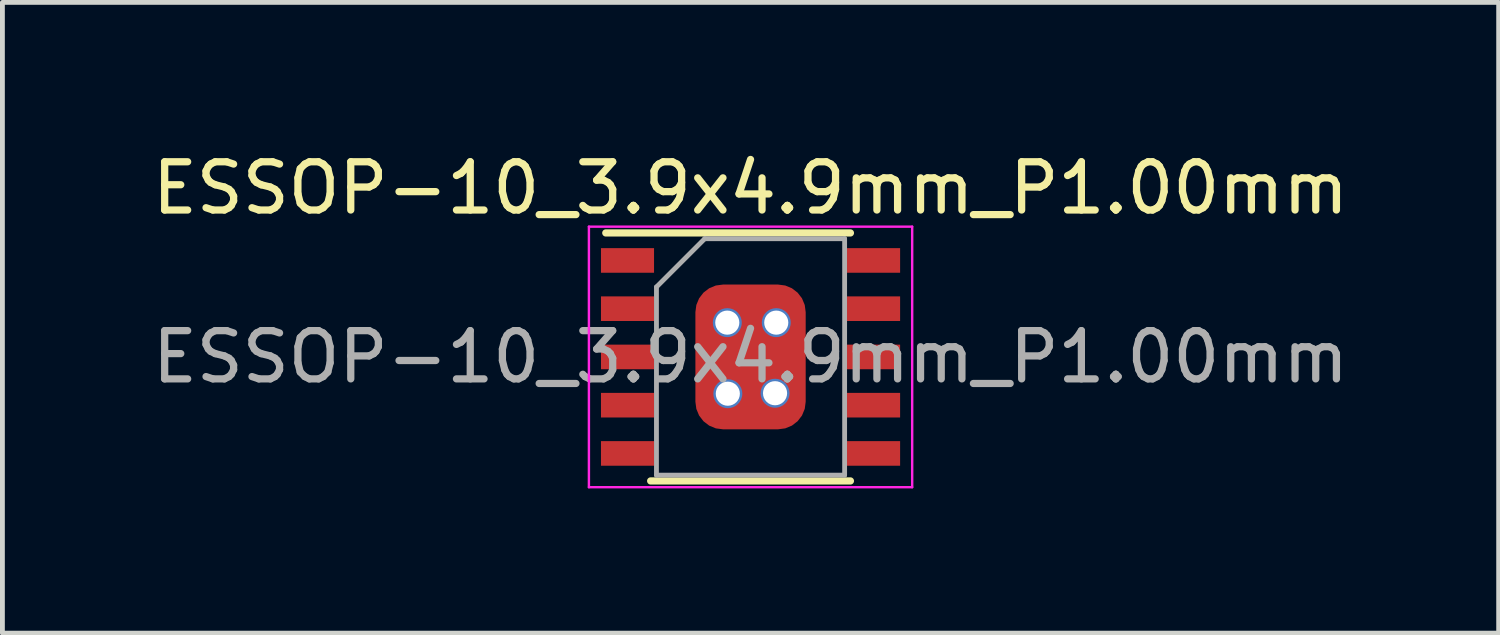
<source format=kicad_pcb>
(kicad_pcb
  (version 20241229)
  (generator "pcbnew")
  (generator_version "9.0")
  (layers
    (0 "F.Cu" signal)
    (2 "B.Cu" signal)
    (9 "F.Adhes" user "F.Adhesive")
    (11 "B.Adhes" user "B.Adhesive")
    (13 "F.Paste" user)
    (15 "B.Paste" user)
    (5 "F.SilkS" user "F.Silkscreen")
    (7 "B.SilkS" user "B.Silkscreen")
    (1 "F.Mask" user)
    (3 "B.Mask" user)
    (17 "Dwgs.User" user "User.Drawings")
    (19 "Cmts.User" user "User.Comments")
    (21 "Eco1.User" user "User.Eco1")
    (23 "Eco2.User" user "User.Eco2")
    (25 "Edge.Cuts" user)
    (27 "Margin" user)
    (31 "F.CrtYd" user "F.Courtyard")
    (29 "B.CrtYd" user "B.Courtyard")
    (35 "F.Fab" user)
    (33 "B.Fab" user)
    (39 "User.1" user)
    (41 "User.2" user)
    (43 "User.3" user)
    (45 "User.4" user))
  (footprint "ESSOP-10_3.9x4.9mm_P1.00mm"
    (layer "F.Cu")
    (at 12.506 4.348)
    (property "Reference" "ESSOP-10_3.9x4.9mm_P1.00mm" (at 0 -3.5 0) (layer "F.SilkS") (effects (font (size 1 1) (thickness 0.15))))
    (attr smd)
    (fp_line (start -3 -2.57) (end 2.07 -2.57) (stroke (width 0.15) (type solid)) (layer "F.SilkS"))
    (fp_line (start -2.07 2.57) (end 2.07 2.57) (stroke (width 0.15) (type solid)) (layer "F.SilkS"))
    (fp_line (start -3.35 -2.7) (end -3.35 2.7) (stroke (width 0.05) (type solid)) (layer "F.CrtYd"))
    (fp_line (start -3.35 -2.7) (end 3.35 -2.7) (stroke (width 0.05) (type solid)) (layer "F.CrtYd"))
    (fp_line (start -3.35 2.7) (end 3.35 2.7) (stroke (width 0.05) (type solid)) (layer "F.CrtYd"))
    (fp_line (start 3.35 -2.7) (end 3.35 2.7) (stroke (width 0.05) (type solid)) (layer "F.CrtYd"))
    (fp_line (start -1.95 -1.45) (end -0.95 -2.45) (stroke (width 0.1) (type solid)) (layer "F.Fab"))
    (fp_line (start -1.95 2.45) (end -1.95 -1.45) (stroke (width 0.1) (type solid)) (layer "F.Fab"))
    (fp_line (start -0.95 -2.45) (end 1.95 -2.45) (stroke (width 0.1) (type solid)) (layer "F.Fab"))
    (fp_line (start 1.95 -2.45) (end 1.95 2.45) (stroke (width 0.1) (type solid)) (layer "F.Fab"))
    (fp_line (start 1.95 2.45) (end -1.95 2.45) (stroke (width 0.1) (type solid)) (layer "F.Fab"))
    (fp_text user "${REFERENCE}" (at 0 0 0) (layer "F.Fab") (effects (font (size 1 1) (thickness 0.15))))
    (pad "0" thru_hole circle (at -0.482 -0.711) (size 0.6 0.6) (drill 0.5) (layers "*.Cu" "*.Mask"))
    (pad "0" thru_hole circle (at -0.471 0.762) (size 0.6 0.6) (drill 0.5) (layers "*.Cu" "*.Mask"))
    (pad "0" smd roundrect (at 0 0) (size 2.286 3) (layers "F.Cu" "F.Mask" "F.Paste") (roundrect_rratio 0.25))
    (pad "0" thru_hole circle (at 0.508 0.752) (size 0.6 0.6) (drill 0.5) (layers "*.Cu" "*.Mask"))
    (pad "0" thru_hole circle (at 0.533 -0.711) (size 0.6 0.6) (drill 0.5) (layers "*.Cu" "*.Mask"))
    (pad "1" smd rect (at -2.55 -2) (size 1.1 0.51) (layers "F.Cu" "F.Mask" "F.Paste"))
    (pad "2" smd rect (at -2.55 -1) (size 1.1 0.51) (layers "F.Cu" "F.Mask" "F.Paste"))
    (pad "3" smd rect (at -2.55 0) (size 1.1 0.51) (layers "F.Cu" "F.Mask" "F.Paste"))
    (pad "4" smd rect (at -2.55 1) (size 1.1 0.51) (layers "F.Cu" "F.Mask" "F.Paste"))
    (pad "5" smd rect (at -2.55 2) (size 1.1 0.51) (layers "F.Cu" "F.Mask" "F.Paste"))
    (pad "6" smd rect (at 2.55 2) (size 1.1 0.51) (layers "F.Cu" "F.Mask" "F.Paste"))
    (pad "7" smd rect (at 2.55 1) (size 1.1 0.51) (layers "F.Cu" "F.Mask" "F.Paste"))
    (pad "8" smd rect (at 2.55 0) (size 1.1 0.51) (layers "F.Cu" "F.Mask" "F.Paste"))
    (pad "9" smd rect (at 2.55 -1) (size 1.1 0.51) (layers "F.Cu" "F.Mask" "F.Paste"))
    (pad "10" smd rect (at 2.55 -2) (size 1.1 0.51) (layers "F.Cu" "F.Mask" "F.Paste")))
  (gr_rect
    (start -3 -3)
    (end 28.012 10.073)
    (stroke (width 0.1) (type default))
    (fill no)
    (layer "Edge.Cuts")))
</source>
